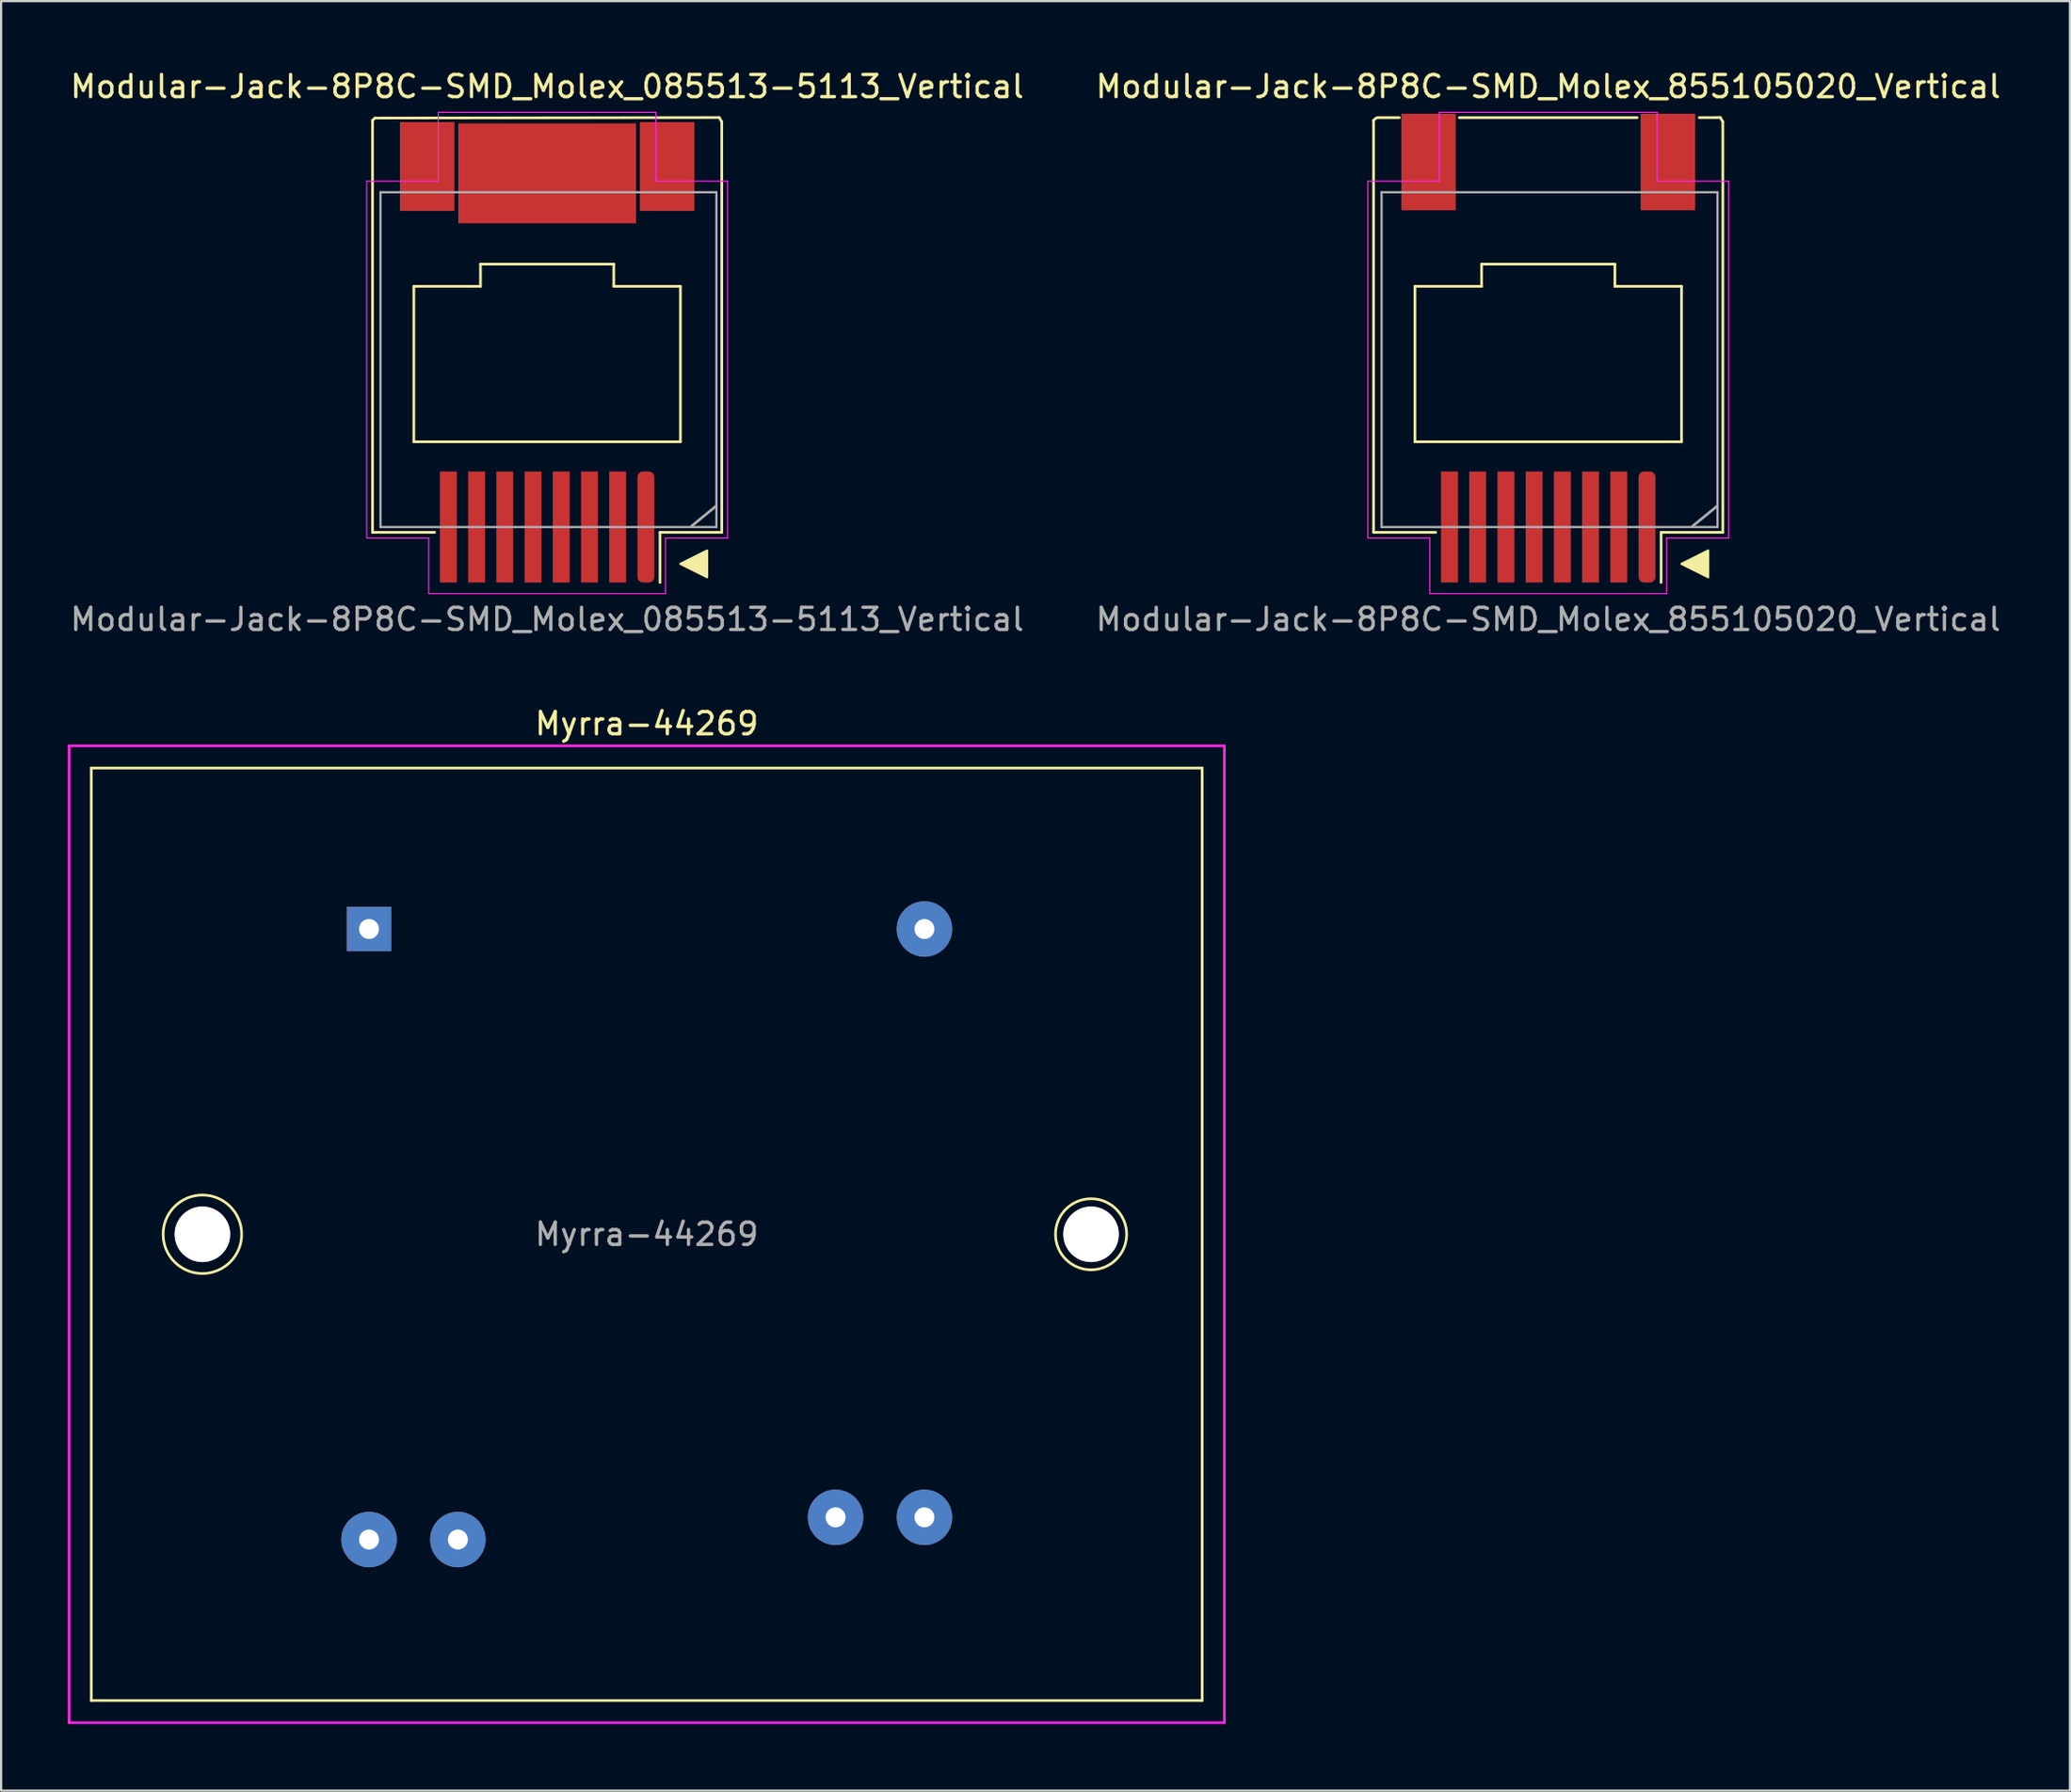
<source format=kicad_pcb>
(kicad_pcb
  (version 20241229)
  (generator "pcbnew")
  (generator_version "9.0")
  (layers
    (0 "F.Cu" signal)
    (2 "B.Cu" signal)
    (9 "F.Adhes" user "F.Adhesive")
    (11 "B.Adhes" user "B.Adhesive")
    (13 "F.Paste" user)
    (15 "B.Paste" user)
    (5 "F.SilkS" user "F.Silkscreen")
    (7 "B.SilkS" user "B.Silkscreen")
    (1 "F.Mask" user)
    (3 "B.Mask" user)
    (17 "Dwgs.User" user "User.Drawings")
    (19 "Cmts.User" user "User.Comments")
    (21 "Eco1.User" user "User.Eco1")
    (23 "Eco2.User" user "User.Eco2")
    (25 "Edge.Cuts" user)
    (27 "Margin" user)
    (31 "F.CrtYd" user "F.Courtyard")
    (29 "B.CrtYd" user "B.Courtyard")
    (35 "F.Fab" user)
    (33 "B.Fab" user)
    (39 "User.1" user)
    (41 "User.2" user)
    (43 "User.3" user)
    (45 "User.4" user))
  (footprint "Modular-Jack-8P8C-SMD_Molex_085513-5113_Vertical"
    (layer "F.Cu")
    (at 21.577 12.848)
    (property "Reference" "Modular-Jack-8P8C-SMD_Molex_085513-5113_Vertical" (at 0 -12 180) (layer "F.SilkS") (effects (font (size 1 1) (thickness 0.15))))
    (attr smd)
    (fp_line (start -7.86 -10.477) (end -7.747 -10.58) (stroke (width 0.12) (type solid)) (layer "F.SilkS"))
    (fp_line (start -7.86 8.08) (end -7.86 -10.477) (stroke (width 0.12) (type solid)) (layer "F.SilkS"))
    (fp_line (start -7.86 8.08) (end -5.065 8.08) (stroke (width 0.12) (type solid)) (layer "F.SilkS"))
    (fp_line (start -7.747 -10.58) (end 7.747 -10.604) (stroke (width 0.12) (type solid)) (layer "F.SilkS"))
    (fp_line (start -6 -3) (end -6 4) (stroke (width 0.12) (type solid)) (layer "F.SilkS"))
    (fp_line (start -6 4) (end 6 4) (stroke (width 0.12) (type solid)) (layer "F.SilkS"))
    (fp_line (start -3 -4) (end -3 -3) (stroke (width 0.12) (type solid)) (layer "F.SilkS"))
    (fp_line (start -3 -3) (end -6 -3) (stroke (width 0.12) (type solid)) (layer "F.SilkS"))
    (fp_line (start 3 -4) (end -3 -4) (stroke (width 0.12) (type solid)) (layer "F.SilkS"))
    (fp_line (start 3 -3) (end 3 -4) (stroke (width 0.12) (type solid)) (layer "F.SilkS"))
    (fp_line (start 5.08 8.08) (end 5.08 10.34) (stroke (width 0.12) (type solid)) (layer "F.SilkS"))
    (fp_line (start 6 -3) (end 3 -3) (stroke (width 0.12) (type solid)) (layer "F.SilkS"))
    (fp_line (start 6 4) (end 6 -3) (stroke (width 0.12) (type solid)) (layer "F.SilkS"))
    (fp_line (start 7.747 -10.604) (end 7.86 -10.414) (stroke (width 0.12) (type solid)) (layer "F.SilkS"))
    (fp_line (start 7.86 -10.414) (end 7.86 8.08) (stroke (width 0.12) (type solid)) (layer "F.SilkS"))
    (fp_line (start 7.86 8.08) (end 5.08 8.08) (stroke (width 0.12) (type solid)) (layer "F.SilkS"))
    (fp_poly (pts (xy 6 9.5) (xy 7.2 8.9) (xy 7.2 10.1)) (stroke (width 0.1) (type solid)) (fill yes) (layer "F.SilkS"))
    (fp_line (start -8.12 -7.74) (end -8.12 8.34) (stroke (width 0.05) (type solid)) (layer "F.CrtYd"))
    (fp_line (start -8.12 -7.74) (end -4.9 -7.74) (stroke (width 0.05) (type solid)) (layer "F.CrtYd"))
    (fp_line (start -8.12 8.34) (end -5.33 8.34) (stroke (width 0.05) (type solid)) (layer "F.CrtYd"))
    (fp_line (start -5.33 8.34) (end -5.33 10.84) (stroke (width 0.05) (type solid)) (layer "F.CrtYd"))
    (fp_line (start -5.33 10.84) (end 5.33 10.84) (stroke (width 0.05) (type solid)) (layer "F.CrtYd"))
    (fp_line (start -4.9 -10.84) (end 4.9 -10.84) (stroke (width 0.05) (type solid)) (layer "F.CrtYd"))
    (fp_line (start -4.9 -7.74) (end -4.9 -10.84) (stroke (width 0.05) (type solid)) (layer "F.CrtYd"))
    (fp_line (start 4.9 -7.74) (end 4.9 -10.84) (stroke (width 0.05) (type solid)) (layer "F.CrtYd"))
    (fp_line (start 4.9 -7.74) (end 8.12 -7.74) (stroke (width 0.05) (type solid)) (layer "F.CrtYd"))
    (fp_line (start 5.33 8.34) (end 8.12 8.34) (stroke (width 0.05) (type solid)) (layer "F.CrtYd"))
    (fp_line (start 5.33 10.84) (end 5.33 8.34) (stroke (width 0.05) (type solid)) (layer "F.CrtYd"))
    (fp_line (start 8.12 -7.74) (end 8.12 8.34) (stroke (width 0.05) (type solid)) (layer "F.CrtYd"))
    (fp_line (start -7.5 -7.24) (end -7.5 7.84) (stroke (width 0.1) (type solid)) (layer "F.Fab"))
    (fp_line (start -7.5 7.84) (end 7.62 7.84) (stroke (width 0.1) (type solid)) (layer "F.Fab"))
    (fp_line (start 6.5 7.8) (end 7.6 6.9) (stroke (width 0.12) (type solid)) (layer "F.Fab"))
    (fp_line (start 7.62 -7.24) (end -7.5 -7.24) (stroke (width 0.1) (type solid)) (layer "F.Fab"))
    (fp_line (start 7.62 -7.24) (end 7.62 7.84) (stroke (width 0.1) (type solid)) (layer "F.Fab"))
    (fp_text user "${REFERENCE}" (at 0 12 180) (layer "F.Fab") (effects (font (size 1 1) (thickness 0.15))))
    (pad "1" smd roundrect (at 4.445 7.84) (size 0.76 5) (layers "F.Cu" "F.Mask" "F.Paste") (roundrect_rratio 0.323))
    (pad "2" smd rect (at 3.175 7.84) (size 0.76 5) (layers "F.Cu" "F.Mask" "F.Paste"))
    (pad "3" smd rect (at 1.905 7.84) (size 0.76 5) (layers "F.Cu" "F.Mask" "F.Paste"))
    (pad "4" smd rect (at 0.635 7.84) (size 0.76 5) (layers "F.Cu" "F.Mask" "F.Paste"))
    (pad "5" smd rect (at -0.635 7.84) (size 0.76 5) (layers "F.Cu" "F.Mask" "F.Paste"))
    (pad "6" smd rect (at -1.905 7.84) (size 0.76 5) (layers "F.Cu" "F.Mask" "F.Paste"))
    (pad "7" smd rect (at -3.175 7.84) (size 0.76 5) (layers "F.Cu" "F.Mask" "F.Paste"))
    (pad "8" smd rect (at -4.445 7.84) (size 0.76 5) (layers "F.Cu" "F.Mask" "F.Paste"))
    (pad "L" smd rect (at -5.4 -8.4 90) (size 4 2.45) (layers "F.Cu" "F.Mask" "F.Paste"))
    (pad "L" smd rect (at 0 -8.09 90) (size 4.5 8) (layers "F.Cu" "F.Mask" "F.Paste"))
    (pad "L" smd rect (at 5.4 -8.4 90) (size 4 2.45) (layers "F.Cu" "F.Mask" "F.Paste")))
  (footprint "Myrra-44269"
    (layer "F.Cu")
    (at 26.06 52.545)
    (property "Reference" "Myrra-44269" (at 0 -23 0) (layer "F.SilkS") (effects (font (size 1 1) (thickness 0.15))))
    (attr through_hole)
    (fp_line (start -25 -21) (end 25 -21) (stroke (width 0.12) (type solid)) (layer "F.SilkS"))
    (fp_line (start -25 21) (end -25 -21) (stroke (width 0.12) (type solid)) (layer "F.SilkS"))
    (fp_line (start 25 -21) (end 25 21) (stroke (width 0.12) (type solid)) (layer "F.SilkS"))
    (fp_line (start 25 21) (end -25 21) (stroke (width 0.12) (type solid)) (layer "F.SilkS"))
    (fp_circle (center -20 0) (end -18.75 1.25) (stroke (width 0.12) (type solid)) (fill no) (layer "F.SilkS"))
    (fp_circle (center 20 0) (end 21 1.25) (stroke (width 0.12) (type solid)) (fill no) (layer "F.SilkS"))
    (fp_line (start -26 -22) (end 26 -22) (stroke (width 0.12) (type solid)) (layer "F.CrtYd"))
    (fp_line (start -26 22) (end -26 -22) (stroke (width 0.12) (type solid)) (layer "F.CrtYd"))
    (fp_line (start 26 -22) (end 26 22) (stroke (width 0.12) (type solid)) (layer "F.CrtYd"))
    (fp_line (start 26 22) (end -26 22) (stroke (width 0.12) (type solid)) (layer "F.CrtYd"))
    (fp_text user "${REFERENCE}" (at 0 0 0) (layer "F.Fab") (effects (font (size 1 1) (thickness 0.15))))
    (pad "" thru_hole circle (at -20 0) (size 2.5 2.5) (drill 2.5) (layers "*.Cu"))
    (pad "" thru_hole circle (at 20 0) (size 2.5 2.5) (drill 2.5) (layers "*.Cu"))
    (pad "1" thru_hole rect (at -12.5 -13.75) (size 2 2) (drill 0.9) (layers "*.Cu"))
    (pad "6" thru_hole circle (at 12.5 -13.75) (size 2.5 2.5) (drill 0.9) (layers "*.Cu" "*.Mask"))
    (pad "7" thru_hole circle (at 12.5 12.75) (size 2.5 2.5) (drill 0.9) (layers "*.Cu" "*.Mask"))
    (pad "8" thru_hole circle (at 8.5 12.75) (size 2.5 2.5) (drill 0.9) (layers "*.Cu" "*.Mask"))
    (pad "11" thru_hole circle (at -8.5 13.75) (size 2.5 2.5) (drill 0.9) (layers "*.Cu" "*.Mask"))
    (pad "12" thru_hole circle (at -12.5 13.75) (size 2.5 2.5) (drill 0.9) (layers "*.Cu" "*.Mask")))
  (footprint "Modular-Jack-8P8C-SMD_Molex_855105020_Vertical"
    (layer "F.Cu")
    (at 66.637 12.848)
    (property "Reference" "Modular-Jack-8P8C-SMD_Molex_855105020_Vertical" (at 0 -12 180) (layer "F.SilkS") (effects (font (size 1 1) (thickness 0.15))))
    (attr smd)
    (fp_line (start -7.86 -10.477) (end -7.747 -10.58) (stroke (width 0.12) (type solid)) (layer "F.SilkS"))
    (fp_line (start -7.86 8.08) (end -7.86 -10.477) (stroke (width 0.12) (type solid)) (layer "F.SilkS"))
    (fp_line (start -7.86 8.08) (end -5.065 8.08) (stroke (width 0.12) (type solid)) (layer "F.SilkS"))
    (fp_line (start -7.7 -10.6) (end -6.7 -10.6) (stroke (width 0.12) (type solid)) (layer "F.SilkS"))
    (fp_line (start -6 -3) (end -6 4) (stroke (width 0.12) (type solid)) (layer "F.SilkS"))
    (fp_line (start -6 4) (end 6 4) (stroke (width 0.12) (type solid)) (layer "F.SilkS"))
    (fp_line (start -4 -10.6) (end 4 -10.6) (stroke (width 0.12) (type solid)) (layer "F.SilkS"))
    (fp_line (start -3 -4) (end -3 -3) (stroke (width 0.12) (type solid)) (layer "F.SilkS"))
    (fp_line (start -3 -3) (end -6 -3) (stroke (width 0.12) (type solid)) (layer "F.SilkS"))
    (fp_line (start 3 -4) (end -3 -4) (stroke (width 0.12) (type solid)) (layer "F.SilkS"))
    (fp_line (start 3 -3) (end 3 -4) (stroke (width 0.12) (type solid)) (layer "F.SilkS"))
    (fp_line (start 5.08 8.08) (end 5.08 10.34) (stroke (width 0.12) (type solid)) (layer "F.SilkS"))
    (fp_line (start 6 -3) (end 3 -3) (stroke (width 0.12) (type solid)) (layer "F.SilkS"))
    (fp_line (start 6 4) (end 6 -3) (stroke (width 0.12) (type solid)) (layer "F.SilkS"))
    (fp_line (start 6.8 -10.6) (end 7.747 -10.604) (stroke (width 0.12) (type solid)) (layer "F.SilkS"))
    (fp_line (start 7.747 -10.604) (end 7.86 -10.414) (stroke (width 0.12) (type solid)) (layer "F.SilkS"))
    (fp_line (start 7.86 -10.414) (end 7.86 8.08) (stroke (width 0.12) (type solid)) (layer "F.SilkS"))
    (fp_line (start 7.86 8.08) (end 5.08 8.08) (stroke (width 0.12) (type solid)) (layer "F.SilkS"))
    (fp_poly (pts (xy 6 9.5) (xy 7.2 8.9) (xy 7.2 10.1)) (stroke (width 0.1) (type solid)) (fill yes) (layer "F.SilkS"))
    (fp_line (start -8.12 -7.74) (end -8.12 8.34) (stroke (width 0.05) (type solid)) (layer "F.CrtYd"))
    (fp_line (start -8.12 -7.74) (end -4.9 -7.74) (stroke (width 0.05) (type solid)) (layer "F.CrtYd"))
    (fp_line (start -8.12 8.34) (end -5.33 8.34) (stroke (width 0.05) (type solid)) (layer "F.CrtYd"))
    (fp_line (start -5.33 8.34) (end -5.33 10.84) (stroke (width 0.05) (type solid)) (layer "F.CrtYd"))
    (fp_line (start -5.33 10.84) (end 5.33 10.84) (stroke (width 0.05) (type solid)) (layer "F.CrtYd"))
    (fp_line (start -4.9 -10.84) (end 4.9 -10.84) (stroke (width 0.05) (type solid)) (layer "F.CrtYd"))
    (fp_line (start -4.9 -7.74) (end -4.9 -10.84) (stroke (width 0.05) (type solid)) (layer "F.CrtYd"))
    (fp_line (start 4.9 -7.74) (end 4.9 -10.84) (stroke (width 0.05) (type solid)) (layer "F.CrtYd"))
    (fp_line (start 4.9 -7.74) (end 8.12 -7.74) (stroke (width 0.05) (type solid)) (layer "F.CrtYd"))
    (fp_line (start 5.33 8.34) (end 8.12 8.34) (stroke (width 0.05) (type solid)) (layer "F.CrtYd"))
    (fp_line (start 5.33 10.84) (end 5.33 8.34) (stroke (width 0.05) (type solid)) (layer "F.CrtYd"))
    (fp_line (start 8.12 -7.74) (end 8.12 8.34) (stroke (width 0.05) (type solid)) (layer "F.CrtYd"))
    (fp_line (start -7.5 -7.24) (end -7.5 7.84) (stroke (width 0.1) (type solid)) (layer "F.Fab"))
    (fp_line (start -7.5 7.84) (end 7.62 7.84) (stroke (width 0.1) (type solid)) (layer "F.Fab"))
    (fp_line (start 6.5 7.8) (end 7.6 6.9) (stroke (width 0.12) (type solid)) (layer "F.Fab"))
    (fp_line (start 7.62 -7.24) (end -7.5 -7.24) (stroke (width 0.1) (type solid)) (layer "F.Fab"))
    (fp_line (start 7.62 -7.24) (end 7.62 7.84) (stroke (width 0.1) (type solid)) (layer "F.Fab"))
    (fp_text user "${REFERENCE}" (at 0 12 180) (layer "F.Fab") (effects (font (size 1 1) (thickness 0.15))))
    (pad "1" smd roundrect (at 4.445 7.84) (size 0.76 5) (layers "F.Cu" "F.Mask" "F.Paste") (roundrect_rratio 0.323))
    (pad "2" smd rect (at 3.175 7.84) (size 0.76 5) (layers "F.Cu" "F.Mask" "F.Paste"))
    (pad "3" smd rect (at 1.905 7.84) (size 0.76 5) (layers "F.Cu" "F.Mask" "F.Paste"))
    (pad "4" smd rect (at 0.635 7.84) (size 0.76 5) (layers "F.Cu" "F.Mask" "F.Paste"))
    (pad "5" smd rect (at -0.635 7.84) (size 0.76 5) (layers "F.Cu" "F.Mask" "F.Paste"))
    (pad "6" smd rect (at -1.905 7.84) (size 0.76 5) (layers "F.Cu" "F.Mask" "F.Paste"))
    (pad "7" smd rect (at -3.175 7.84) (size 0.76 5) (layers "F.Cu" "F.Mask" "F.Paste"))
    (pad "8" smd rect (at -4.445 7.84) (size 0.76 5) (layers "F.Cu" "F.Mask" "F.Paste"))
    (pad "L" smd rect (at -5.385 -8.6 90) (size 4.35 2.45) (layers "F.Cu" "F.Mask" "F.Paste"))
    (pad "L" smd rect (at 5.385 -8.6 90) (size 4.35 2.45) (layers "F.Cu" "F.Mask" "F.Paste")))
  (gr_rect
    (start -3 -3)
    (end 90.119 77.605)
    (stroke (width 0.1) (type default))
    (fill no)
    (layer "Edge.Cuts")))
</source>
